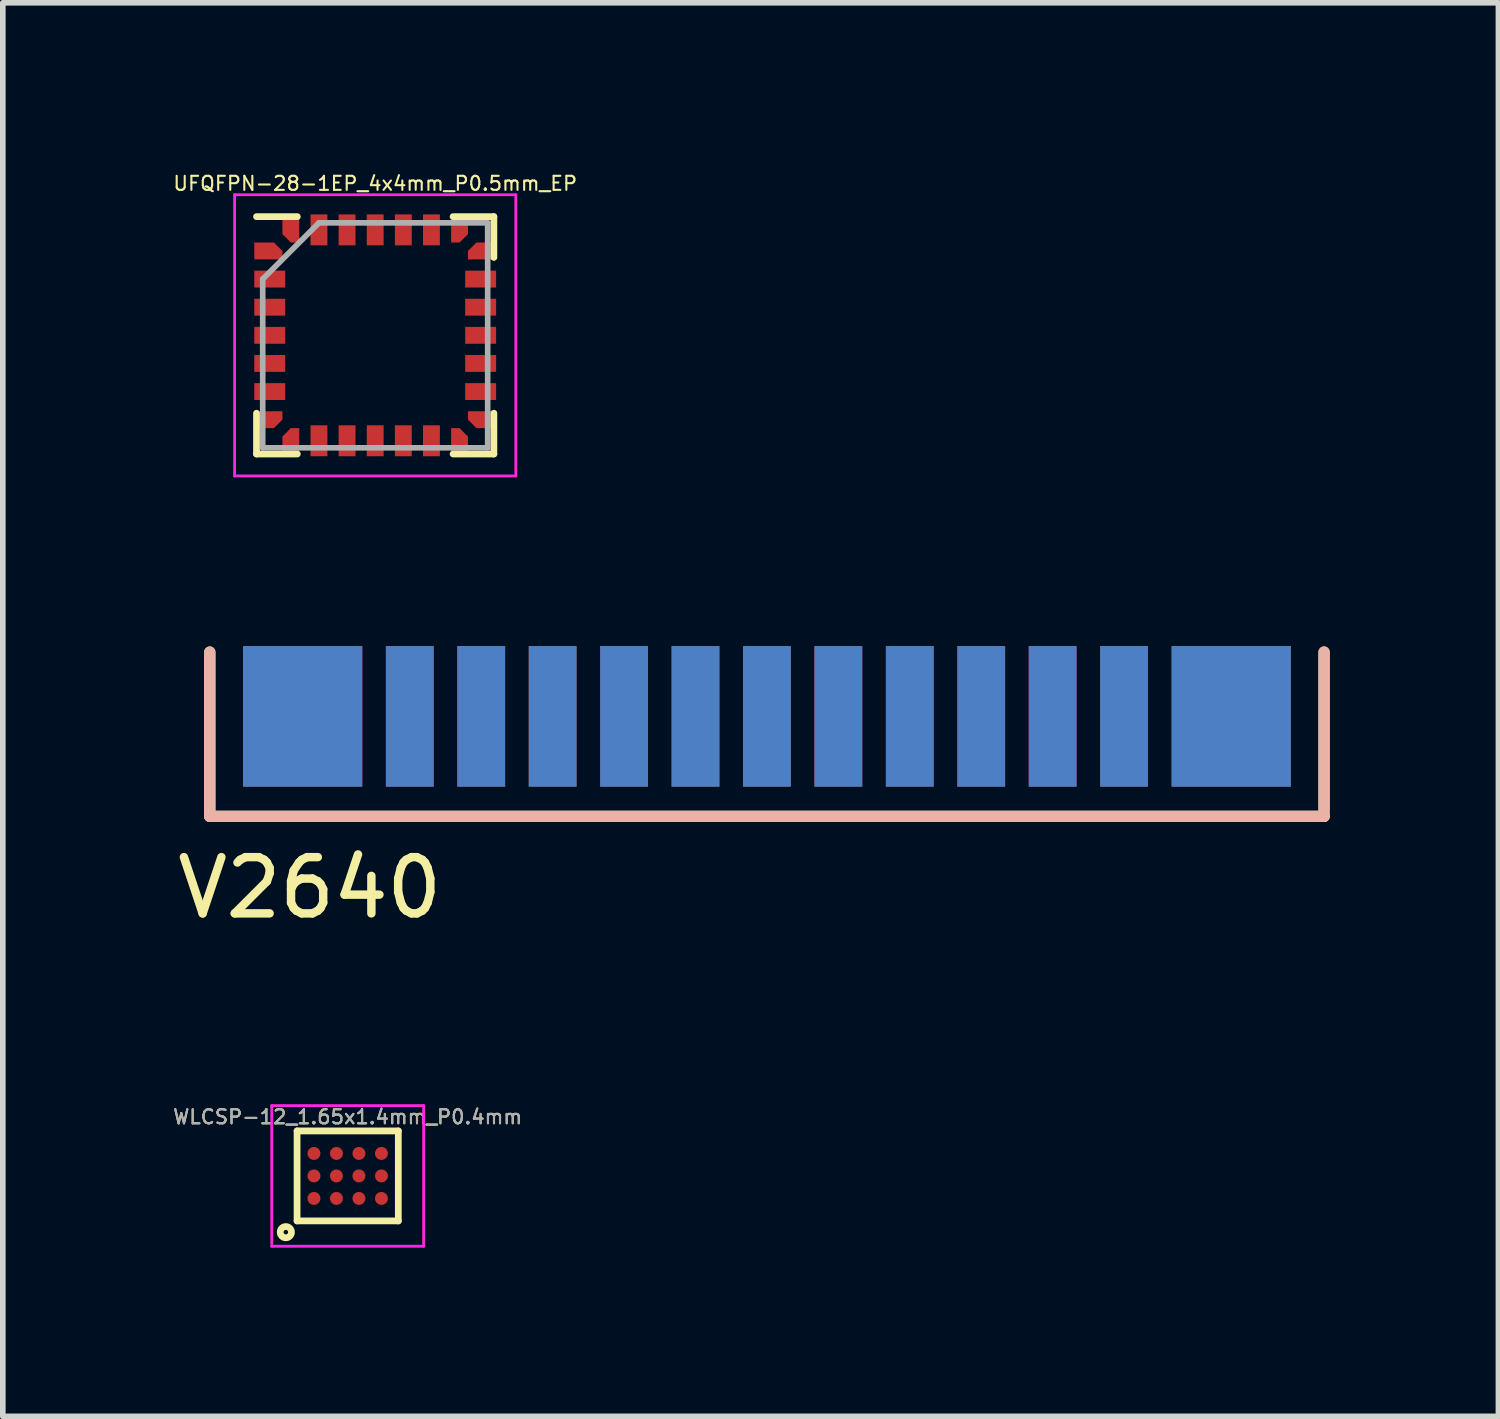
<source format=kicad_pcb>
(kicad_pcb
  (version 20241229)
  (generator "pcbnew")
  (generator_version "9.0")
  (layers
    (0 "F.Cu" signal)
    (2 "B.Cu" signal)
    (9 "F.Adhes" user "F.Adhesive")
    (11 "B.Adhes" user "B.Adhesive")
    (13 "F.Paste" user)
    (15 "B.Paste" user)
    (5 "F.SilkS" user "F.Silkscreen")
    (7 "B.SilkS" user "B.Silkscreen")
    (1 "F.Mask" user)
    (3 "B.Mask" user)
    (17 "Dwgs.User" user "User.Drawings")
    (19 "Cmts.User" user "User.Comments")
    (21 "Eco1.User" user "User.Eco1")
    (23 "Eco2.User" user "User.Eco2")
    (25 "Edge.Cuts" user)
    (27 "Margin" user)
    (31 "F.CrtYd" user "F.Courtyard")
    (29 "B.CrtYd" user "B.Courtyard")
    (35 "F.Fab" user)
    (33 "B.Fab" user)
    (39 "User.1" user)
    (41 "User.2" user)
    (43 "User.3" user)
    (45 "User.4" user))
  (footprint "UFQFPN-28-1EP_4x4mm_P0.5mm_EP"
    (layer "F.Cu")
    (at 3.621 2.912)
    (property "Reference" "UFQFPN-28-1EP_4x4mm_P0.5mm_EP" (at 0 -2.7 0) (layer "F.SilkS") (effects (font (size 0.25 0.25) (thickness 0.037))))
    (attr smd)
    (fp_line (start -2.11 2.11) (end -2.11 1.385) (stroke (width 0.12) (type solid)) (layer "F.SilkS"))
    (fp_line (start -1.385 -2.11) (end -2.11 -2.11) (stroke (width 0.12) (type solid)) (layer "F.SilkS"))
    (fp_line (start -1.385 2.11) (end -2.11 2.11) (stroke (width 0.12) (type solid)) (layer "F.SilkS"))
    (fp_line (start 1.385 -2.11) (end 2.11 -2.11) (stroke (width 0.12) (type solid)) (layer "F.SilkS"))
    (fp_line (start 1.385 2.11) (end 2.11 2.11) (stroke (width 0.12) (type solid)) (layer "F.SilkS"))
    (fp_line (start 2.11 -2.11) (end 2.11 -1.385) (stroke (width 0.12) (type solid)) (layer "F.SilkS"))
    (fp_line (start 2.11 2.11) (end 2.11 1.385) (stroke (width 0.12) (type solid)) (layer "F.SilkS"))
    (fp_line (start -2.5 -2.5) (end -2.5 2.5) (stroke (width 0.05) (type solid)) (layer "F.CrtYd"))
    (fp_line (start -2.5 2.5) (end 2.5 2.5) (stroke (width 0.05) (type solid)) (layer "F.CrtYd"))
    (fp_line (start 2.5 -2.5) (end -2.5 -2.5) (stroke (width 0.05) (type solid)) (layer "F.CrtYd"))
    (fp_line (start 2.5 2.5) (end 2.5 -2.5) (stroke (width 0.05) (type solid)) (layer "F.CrtYd"))
    (fp_line (start -2 -1) (end -1 -2) (stroke (width 0.1) (type solid)) (layer "F.Fab"))
    (fp_line (start -2 2) (end -2 -1) (stroke (width 0.1) (type solid)) (layer "F.Fab"))
    (fp_line (start -1 -2) (end 2 -2) (stroke (width 0.1) (type solid)) (layer "F.Fab"))
    (fp_line (start 2 -2) (end 2 2) (stroke (width 0.1) (type solid)) (layer "F.Fab"))
    (fp_line (start 2 2) (end -2 2) (stroke (width 0.1) (type solid)) (layer "F.Fab"))
    (pad "1" smd rect (at -1.975 -1.5) (size 0.35 0.3) (layers "F.Cu" "F.Mask" "F.Paste"))
    (pad "1" smd rect (at -1.8 -1.5 45) (size 0.212 0.212) (layers "F.Cu" "F.Mask" "F.Paste"))
    (pad "1" smd rect (at -1.725 -1.425) (size 0.15 0.15) (layers "F.Cu" "F.Mask" "F.Paste"))
    (pad "2" smd rect (at -1.875 -1) (size 0.55 0.3) (layers "F.Cu" "F.Mask" "F.Paste"))
    (pad "3" smd rect (at -1.875 -0.5) (size 0.55 0.3) (layers "F.Cu" "F.Mask" "F.Paste"))
    (pad "4" smd rect (at -1.875 0) (size 0.55 0.3) (layers "F.Cu" "F.Mask" "F.Paste"))
    (pad "5" smd rect (at -1.875 0.5) (size 0.55 0.3) (layers "F.Cu" "F.Mask" "F.Paste"))
    (pad "6" smd rect (at -1.875 1) (size 0.55 0.3) (layers "F.Cu" "F.Mask" "F.Paste"))
    (pad "7" smd rect (at -1.975 1.5) (size 0.35 0.3) (layers "F.Cu" "F.Mask" "F.Paste"))
    (pad "7" smd rect (at -1.8 1.5 45) (size 0.212 0.212) (layers "F.Cu" "F.Mask" "F.Paste"))
    (pad "7" smd rect (at -1.725 1.425) (size 0.15 0.15) (layers "F.Cu" "F.Mask" "F.Paste"))
    (pad "8" smd rect (at -1.5 1.8 45) (size 0.212 0.212) (layers "F.Cu" "F.Mask" "F.Paste"))
    (pad "8" smd rect (at -1.5 1.975) (size 0.3 0.35) (layers "F.Cu" "F.Mask" "F.Paste"))
    (pad "8" smd rect (at -1.425 1.725) (size 0.15 0.15) (layers "F.Cu" "F.Mask" "F.Paste"))
    (pad "9" smd rect (at -1 1.875) (size 0.3 0.55) (layers "F.Cu" "F.Mask" "F.Paste"))
    (pad "10" smd rect (at -0.5 1.875) (size 0.3 0.55) (layers "F.Cu" "F.Mask" "F.Paste"))
    (pad "11" smd rect (at 0 1.875) (size 0.3 0.55) (layers "F.Cu" "F.Mask" "F.Paste"))
    (pad "12" smd rect (at 0.5 1.875) (size 0.3 0.55) (layers "F.Cu" "F.Mask" "F.Paste"))
    (pad "13" smd rect (at 1 1.875) (size 0.3 0.55) (layers "F.Cu" "F.Mask" "F.Paste"))
    (pad "14" smd rect (at 1.425 1.725) (size 0.15 0.15) (layers "F.Cu" "F.Mask" "F.Paste"))
    (pad "14" smd rect (at 1.5 1.8 45) (size 0.212 0.212) (layers "F.Cu" "F.Mask" "F.Paste"))
    (pad "14" smd rect (at 1.5 1.975) (size 0.3 0.35) (layers "F.Cu" "F.Mask" "F.Paste"))
    (pad "15" smd rect (at 1.725 1.425) (size 0.15 0.15) (layers "F.Cu" "F.Mask" "F.Paste"))
    (pad "15" smd rect (at 1.8 1.5 45) (size 0.212 0.212) (layers "F.Cu" "F.Mask" "F.Paste"))
    (pad "15" smd rect (at 1.975 1.5) (size 0.35 0.3) (layers "F.Cu" "F.Mask" "F.Paste"))
    (pad "16" smd rect (at 1.875 1) (size 0.55 0.3) (layers "F.Cu" "F.Mask" "F.Paste"))
    (pad "17" smd rect (at 1.875 0.5) (size 0.55 0.3) (layers "F.Cu" "F.Mask" "F.Paste"))
    (pad "18" smd rect (at 1.875 0) (size 0.55 0.3) (layers "F.Cu" "F.Mask" "F.Paste"))
    (pad "19" smd rect (at 1.875 -0.5) (size 0.55 0.3) (layers "F.Cu" "F.Mask" "F.Paste"))
    (pad "20" smd rect (at 1.875 -1) (size 0.55 0.3) (layers "F.Cu" "F.Mask" "F.Paste"))
    (pad "21" smd rect (at 1.725 -1.425) (size 0.15 0.15) (layers "F.Cu" "F.Mask" "F.Paste"))
    (pad "21" smd rect (at 1.8 -1.5 45) (size 0.212 0.212) (layers "F.Cu" "F.Mask" "F.Paste"))
    (pad "21" smd rect (at 1.975 -1.5) (size 0.35 0.3) (layers "F.Cu" "F.Mask" "F.Paste"))
    (pad "22" smd rect (at 1.425 -1.725) (size 0.15 0.15) (layers "F.Cu" "F.Mask" "F.Paste"))
    (pad "22" smd rect (at 1.5 -1.975) (size 0.3 0.35) (layers "F.Cu" "F.Mask" "F.Paste"))
    (pad "22" smd rect (at 1.5 -1.8 45) (size 0.212 0.212) (layers "F.Cu" "F.Mask" "F.Paste"))
    (pad "23" smd rect (at 1 -1.875) (size 0.3 0.55) (layers "F.Cu" "F.Mask" "F.Paste"))
    (pad "24" smd rect (at 0.5 -1.875) (size 0.3 0.55) (layers "F.Cu" "F.Mask" "F.Paste"))
    (pad "25" smd rect (at 0 -1.875) (size 0.3 0.55) (layers "F.Cu" "F.Mask" "F.Paste"))
    (pad "26" smd rect (at -0.5 -1.875) (size 0.3 0.55) (layers "F.Cu" "F.Mask" "F.Paste"))
    (pad "27" smd rect (at -1 -1.875) (size 0.3 0.55) (layers "F.Cu" "F.Mask" "F.Paste"))
    (pad "28" smd rect (at -1.5 -1.975) (size 0.3 0.35) (layers "F.Cu" "F.Mask" "F.Paste"))
    (pad "28" smd rect (at -1.5 -1.8 45) (size 0.212 0.212) (layers "F.Cu" "F.Mask" "F.Paste"))
    (pad "28" smd rect (at -1.425 -1.725) (size 0.15 0.15) (layers "F.Cu" "F.Mask" "F.Paste")))
  (footprint "V2640"
    (layer "F.Cu")
    (at 10.586 9.687)
    (property "Reference" "V2640" (at -8.128 3.048 0) (layer "F.SilkS") (effects (font (size 1 1) (thickness 0.15))))
    (attr through_hole)
    (fp_line (start -9.906 1.778) (end -9.906 -1.143) (stroke (width 0.2) (type solid)) (layer "F.SilkS"))
    (fp_line (start -9.906 1.778) (end 9.906 1.778) (stroke (width 0.2) (type solid)) (layer "F.SilkS"))
    (fp_line (start 9.906 -1.143) (end 9.906 1.778) (stroke (width 0.2) (type solid)) (layer "F.SilkS"))
    (fp_line (start -9.906 1.778) (end -9.906 -1.143) (stroke (width 0.2) (type solid)) (layer "B.SilkS"))
    (fp_line (start 9.906 1.651) (end 9.906 -1.143) (stroke (width 0.2) (type solid)) (layer "B.SilkS"))
    (fp_line (start 9.906 1.778) (end -9.906 1.778) (stroke (width 0.2) (type solid)) (layer "B.SilkS"))
    (pad "1" smd rect (at -8.255 0) (size 2.12 2.5) (layers "F.Cu" "F.Mask" "F.Paste"))
    (pad "2" smd rect (at -8.255 0) (size 2.12 2.5) (layers "B.Cu" "B.Mask" "B.Paste"))
    (pad "3" smd rect (at -6.35 0) (size 0.85 2.5) (layers "F.Cu" "F.Mask" "F.Paste"))
    (pad "4" smd rect (at -6.35 0) (size 0.85 2.5) (layers "B.Cu" "B.Mask" "B.Paste"))
    (pad "5" smd rect (at -5.08 0) (size 0.85 2.5) (layers "F.Cu" "F.Mask" "F.Paste"))
    (pad "6" smd rect (at -5.08 0) (size 0.85 2.5) (layers "B.Cu" "B.Mask" "B.Paste"))
    (pad "7" smd rect (at -3.81 0) (size 0.85 2.5) (layers "F.Cu" "F.Mask" "F.Paste"))
    (pad "8" smd rect (at -3.81 0) (size 0.85 2.5) (layers "B.Cu" "B.Mask" "B.Paste"))
    (pad "9" smd rect (at -2.54 0) (size 0.85 2.5) (layers "F.Cu" "F.Mask" "F.Paste"))
    (pad "10" smd rect (at -2.54 0) (size 0.85 2.5) (layers "B.Cu" "B.Mask" "B.Paste"))
    (pad "11" smd rect (at -1.27 0) (size 0.85 2.5) (layers "F.Cu" "F.Mask" "F.Paste"))
    (pad "12" smd rect (at -1.27 0) (size 0.85 2.5) (layers "B.Cu" "B.Mask" "B.Paste"))
    (pad "13" smd rect (at 0 0) (size 0.85 2.5) (layers "F.Cu" "F.Mask" "F.Paste"))
    (pad "14" smd rect (at 0 0) (size 0.85 2.5) (layers "B.Cu" "B.Mask" "B.Paste"))
    (pad "15" smd rect (at 1.27 0) (size 0.85 2.5) (layers "F.Cu" "F.Mask" "F.Paste"))
    (pad "16" smd rect (at 1.27 0) (size 0.85 2.5) (layers "B.Cu" "B.Mask" "B.Paste"))
    (pad "17" smd rect (at 2.54 0) (size 0.85 2.5) (layers "F.Cu" "F.Mask" "F.Paste"))
    (pad "18" smd rect (at 2.54 0) (size 0.85 2.5) (layers "B.Cu" "B.Mask" "B.Paste"))
    (pad "19" smd rect (at 3.81 0) (size 0.85 2.5) (layers "F.Cu" "F.Mask" "F.Paste"))
    (pad "20" smd rect (at 3.81 0) (size 0.85 2.5) (layers "B.Cu" "B.Mask" "B.Paste"))
    (pad "21" smd rect (at 5.08 0) (size 0.85 2.5) (layers "F.Cu" "F.Mask" "F.Paste"))
    (pad "22" smd rect (at 5.08 0) (size 0.85 2.5) (layers "B.Cu" "B.Mask" "B.Paste"))
    (pad "23" smd rect (at 6.35 0) (size 0.85 2.5) (layers "F.Cu" "F.Mask" "F.Paste"))
    (pad "24" smd rect (at 6.35 0) (size 0.85 2.5) (layers "B.Cu" "B.Mask" "B.Paste"))
    (pad "25" smd rect (at 8.255 0) (size 2.12 2.5) (layers "F.Cu" "F.Mask" "F.Paste"))
    (pad "26" smd rect (at 8.255 0) (size 2.12 2.5) (layers "B.Cu" "B.Mask" "B.Paste")))
  (footprint "WLCSP-12_1.65x1.4mm_P0.4mm"
    (layer "F.Cu")
    (at 3.132 17.858)
    (property "Reference" "WLCSP-12_1.65x1.4mm_P0.4mm" (at 0 -1.05 0) (layer "F.SilkS") (effects (font (size 0.25 0.25) (thickness 0.037))))
    (attr smd)
    (fp_line (start -0.9 -0.8) (end 0.9 -0.8) (stroke (width 0.12) (type solid)) (layer "F.SilkS"))
    (fp_line (start -0.9 0.8) (end -0.9 -0.8) (stroke (width 0.12) (type solid)) (layer "F.SilkS"))
    (fp_line (start 0.9 -0.8) (end 0.9 0.8) (stroke (width 0.12) (type solid)) (layer "F.SilkS"))
    (fp_line (start 0.9 0.8) (end -0.9 0.8) (stroke (width 0.12) (type solid)) (layer "F.SilkS"))
    (fp_circle (center -1.1 1) (end -1 1) (stroke (width 0.12) (type solid)) (fill no) (layer "F.SilkS"))
    (fp_line (start -1.35 -1.25) (end 1.35 -1.25) (stroke (width 0.05) (type solid)) (layer "F.CrtYd"))
    (fp_line (start -1.35 1.25) (end -1.35 -1.25) (stroke (width 0.05) (type solid)) (layer "F.CrtYd"))
    (fp_line (start 1.35 -1.25) (end 1.35 1.25) (stroke (width 0.05) (type solid)) (layer "F.CrtYd"))
    (fp_line (start 1.35 1.25) (end -1.35 1.25) (stroke (width 0.05) (type solid)) (layer "F.CrtYd"))
    (fp_text user "${REFERENCE}" (at 0 -1.05 0) (layer "F.Fab") (effects (font (size 0.25 0.25) (thickness 0.037))))
    (pad "A1" smd circle (at -0.6 0.4) (size 0.23 0.23) (layers "F.Cu" "F.Mask" "F.Paste"))
    (pad "A2" smd circle (at -0.6 0 90) (size 0.23 0.23) (layers "F.Cu" "F.Mask" "F.Paste"))
    (pad "A3" smd circle (at -0.6 -0.4 90) (size 0.23 0.23) (layers "F.Cu" "F.Mask" "F.Paste"))
    (pad "B1" smd circle (at -0.2 0.4 90) (size 0.23 0.23) (layers "F.Cu" "F.Mask" "F.Paste"))
    (pad "B2" smd circle (at -0.2 0 90) (size 0.23 0.23) (layers "F.Cu" "F.Mask" "F.Paste"))
    (pad "B3" smd circle (at -0.2 -0.4 90) (size 0.23 0.23) (layers "F.Cu" "F.Mask" "F.Paste"))
    (pad "C1" smd circle (at 0.2 0.4 90) (size 0.23 0.23) (layers "F.Cu" "F.Mask" "F.Paste"))
    (pad "C2" smd circle (at 0.2 0 90) (size 0.23 0.23) (layers "F.Cu" "F.Mask" "F.Paste"))
    (pad "C3" smd circle (at 0.2 -0.4 90) (size 0.23 0.23) (layers "F.Cu" "F.Mask" "F.Paste"))
    (pad "D1" smd circle (at 0.6 0.4 90) (size 0.23 0.23) (layers "F.Cu" "F.Mask" "F.Paste"))
    (pad "D2" smd circle (at 0.6 0 90) (size 0.23 0.23) (layers "F.Cu" "F.Mask" "F.Paste"))
    (pad "D3" smd circle (at 0.6 -0.4 90) (size 0.23 0.23) (layers "F.Cu" "F.Mask" "F.Paste")))
  (gr_rect
    (start -3 -3)
    (end 23.592 22.133)
    (stroke (width 0.1) (type default))
    (fill no)
    (layer "Edge.Cuts")))
</source>
